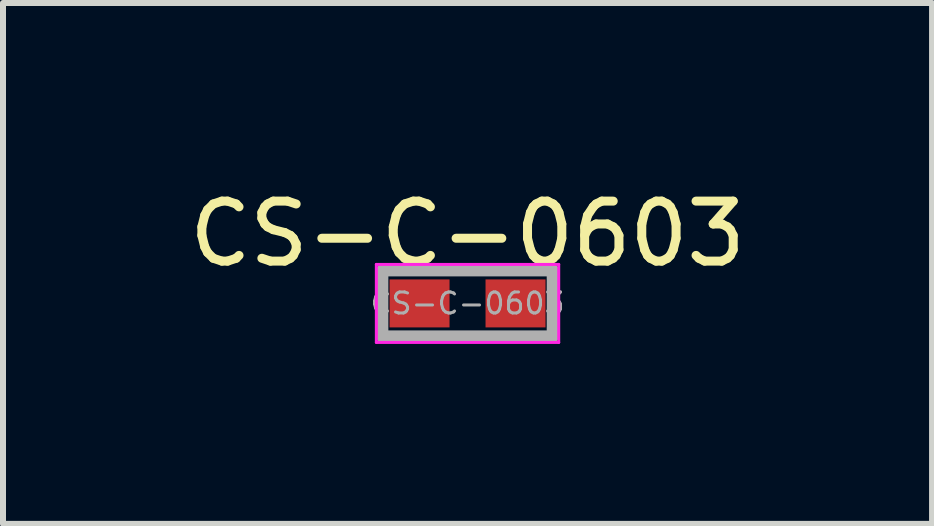
<source format=kicad_pcb>
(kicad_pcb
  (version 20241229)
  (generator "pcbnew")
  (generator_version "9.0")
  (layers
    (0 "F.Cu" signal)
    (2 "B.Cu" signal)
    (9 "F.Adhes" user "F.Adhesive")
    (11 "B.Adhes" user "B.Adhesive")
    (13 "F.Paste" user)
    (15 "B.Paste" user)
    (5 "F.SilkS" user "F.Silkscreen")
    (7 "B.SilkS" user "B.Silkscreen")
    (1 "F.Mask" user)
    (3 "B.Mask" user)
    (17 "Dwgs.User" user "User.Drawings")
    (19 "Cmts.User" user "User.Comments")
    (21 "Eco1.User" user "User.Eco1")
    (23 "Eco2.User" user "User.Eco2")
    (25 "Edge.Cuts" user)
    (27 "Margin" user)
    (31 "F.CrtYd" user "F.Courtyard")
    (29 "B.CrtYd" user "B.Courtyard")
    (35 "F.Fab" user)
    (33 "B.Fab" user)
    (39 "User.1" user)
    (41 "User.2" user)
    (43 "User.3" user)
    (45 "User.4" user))
  (footprint "CS-C-0603"
    (layer "F.Cu")
    (at 4.744 2.008)
    (property "Reference" "CS-C-0603" (at 0 -1.16 0) (layer "F.SilkS") (effects (font (size 1 1) (thickness 0.15))))
    (attr smd)
    (fp_line (start -1.52 -0.65) (end 1.52 -0.65) (stroke (width 0.05) (type solid)) (layer "F.CrtYd"))
    (fp_line (start -1.52 0.65) (end -1.52 -0.65) (stroke (width 0.05) (type solid)) (layer "F.CrtYd"))
    (fp_line (start 1.52 -0.65) (end 1.52 0.65) (stroke (width 0.05) (type solid)) (layer "F.CrtYd"))
    (fp_line (start 1.52 0.65) (end -1.52 0.65) (stroke (width 0.05) (type solid)) (layer "F.CrtYd"))
    (fp_line (start -1.42 -0.55) (end 1.42 -0.55) (stroke (width 0.2) (type solid)) (layer "F.Fab"))
    (fp_line (start -1.42 0.55) (end -1.42 -0.55) (stroke (width 0.2) (type solid)) (layer "F.Fab"))
    (fp_line (start 1.42 -0.55) (end 1.42 0.55) (stroke (width 0.2) (type solid)) (layer "F.Fab"))
    (fp_line (start 1.42 0.55) (end -1.42 0.55) (stroke (width 0.2) (type solid)) (layer "F.Fab"))
    (fp_text user "${REFERENCE}" (at 0 0 0) (layer "F.Fab") (effects (font (size 0.35 0.35) (thickness 0.05))))
    (pad "1" smd rect (at -0.8 0) (size 1 0.8) (layers "F.Cu" "F.Mask" "F.Paste"))
    (pad "2" smd rect (at 0.8 0) (size 1 0.8) (layers "F.Cu" "F.Mask" "F.Paste")))
  (gr_rect
    (start -3 -3)
    (end 12.488 5.683)
    (stroke (width 0.1) (type default))
    (fill no)
    (layer "Edge.Cuts")))
</source>
